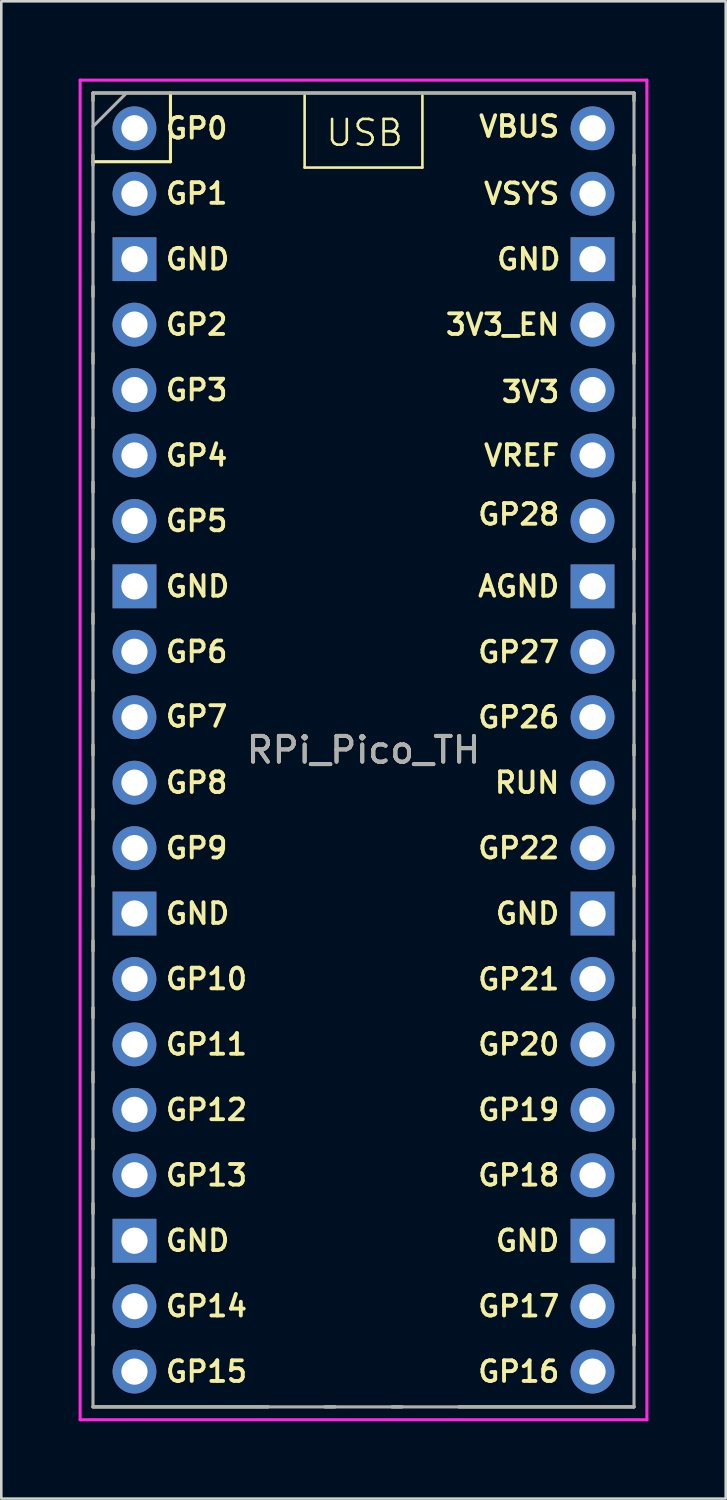
<source format=kicad_pcb>
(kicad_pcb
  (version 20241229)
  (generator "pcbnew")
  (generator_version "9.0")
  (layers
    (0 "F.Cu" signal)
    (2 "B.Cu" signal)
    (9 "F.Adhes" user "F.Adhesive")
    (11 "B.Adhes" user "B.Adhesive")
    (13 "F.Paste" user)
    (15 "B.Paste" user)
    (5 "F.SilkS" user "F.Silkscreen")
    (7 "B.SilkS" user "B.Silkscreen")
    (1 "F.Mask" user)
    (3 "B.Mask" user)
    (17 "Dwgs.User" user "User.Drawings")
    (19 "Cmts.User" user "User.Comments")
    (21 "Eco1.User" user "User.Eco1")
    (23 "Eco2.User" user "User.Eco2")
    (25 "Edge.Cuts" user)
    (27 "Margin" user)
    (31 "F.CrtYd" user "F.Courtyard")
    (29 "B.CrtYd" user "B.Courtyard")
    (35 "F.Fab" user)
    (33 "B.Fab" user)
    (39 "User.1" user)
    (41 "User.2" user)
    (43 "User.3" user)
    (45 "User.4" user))
  (footprint "RPi_Pico_TH"
    (layer "F.Cu")
    (at 11.06 26.06)
    (property "Reference" "RPi_Pico_TH" (at 0 0 0) (layer "F.SilkS") (effects (font (size 1 1) (thickness 0.15))))
    (attr through_hole)
    (fp_line (start -10.5 -25.5) (end -10.5 -25.2) (stroke (width 0.12) (type solid)) (layer "F.SilkS"))
    (fp_line (start -10.5 -25.5) (end 10.5 -25.5) (stroke (width 0.12) (type solid)) (layer "F.SilkS"))
    (fp_line (start -10.5 -23.1) (end -10.5 -22.7) (stroke (width 0.12) (type solid)) (layer "F.SilkS"))
    (fp_line (start -10.5 -22.833) (end -7.493 -22.833) (stroke (width 0.12) (type solid)) (layer "F.SilkS"))
    (fp_line (start -10.5 -20.5) (end -10.5 -20.1) (stroke (width 0.12) (type solid)) (layer "F.SilkS"))
    (fp_line (start -10.5 -18) (end -10.5 -17.6) (stroke (width 0.12) (type solid)) (layer "F.SilkS"))
    (fp_line (start -10.5 -15.4) (end -10.5 -15) (stroke (width 0.12) (type solid)) (layer "F.SilkS"))
    (fp_line (start -10.5 -12.9) (end -10.5 -12.5) (stroke (width 0.12) (type solid)) (layer "F.SilkS"))
    (fp_line (start -10.5 -10.4) (end -10.5 -10) (stroke (width 0.12) (type solid)) (layer "F.SilkS"))
    (fp_line (start -10.5 -7.8) (end -10.5 -7.4) (stroke (width 0.12) (type solid)) (layer "F.SilkS"))
    (fp_line (start -10.5 -5.3) (end -10.5 -4.9) (stroke (width 0.12) (type solid)) (layer "F.SilkS"))
    (fp_line (start -10.5 -2.7) (end -10.5 -2.3) (stroke (width 0.12) (type solid)) (layer "F.SilkS"))
    (fp_line (start -10.5 -0.2) (end -10.5 0.2) (stroke (width 0.12) (type solid)) (layer "F.SilkS"))
    (fp_line (start -10.5 2.3) (end -10.5 2.7) (stroke (width 0.12) (type solid)) (layer "F.SilkS"))
    (fp_line (start -10.5 4.9) (end -10.5 5.3) (stroke (width 0.12) (type solid)) (layer "F.SilkS"))
    (fp_line (start -10.5 7.4) (end -10.5 7.8) (stroke (width 0.12) (type solid)) (layer "F.SilkS"))
    (fp_line (start -10.5 10) (end -10.5 10.4) (stroke (width 0.12) (type solid)) (layer "F.SilkS"))
    (fp_line (start -10.5 12.5) (end -10.5 12.9) (stroke (width 0.12) (type solid)) (layer "F.SilkS"))
    (fp_line (start -10.5 15.1) (end -10.5 15.5) (stroke (width 0.12) (type solid)) (layer "F.SilkS"))
    (fp_line (start -10.5 17.6) (end -10.5 18) (stroke (width 0.12) (type solid)) (layer "F.SilkS"))
    (fp_line (start -10.5 20.1) (end -10.5 20.5) (stroke (width 0.12) (type solid)) (layer "F.SilkS"))
    (fp_line (start -10.5 22.7) (end -10.5 23.1) (stroke (width 0.12) (type solid)) (layer "F.SilkS"))
    (fp_line (start -7.493 -22.833) (end -7.493 -25.5) (stroke (width 0.12) (type solid)) (layer "F.SilkS"))
    (fp_line (start -3.7 25.5) (end -10.5 25.5) (stroke (width 0.12) (type solid)) (layer "F.SilkS"))
    (fp_line (start -2.286 -25.4) (end -2.286 -22.606) (stroke (width 0.1) (type default)) (layer "F.SilkS"))
    (fp_line (start -2.286 -22.606) (end 2.286 -22.606) (stroke (width 0.1) (type default)) (layer "F.SilkS"))
    (fp_line (start -1.5 25.5) (end -1.1 25.5) (stroke (width 0.12) (type solid)) (layer "F.SilkS"))
    (fp_line (start 1.1 25.5) (end 1.5 25.5) (stroke (width 0.12) (type solid)) (layer "F.SilkS"))
    (fp_line (start 2.286 -22.606) (end 2.286 -25.4) (stroke (width 0.1) (type default)) (layer "F.SilkS"))
    (fp_line (start 10.5 -25.5) (end 10.5 -25.2) (stroke (width 0.12) (type solid)) (layer "F.SilkS"))
    (fp_line (start 10.5 -23.1) (end 10.5 -22.7) (stroke (width 0.12) (type solid)) (layer "F.SilkS"))
    (fp_line (start 10.5 -20.5) (end 10.5 -20.1) (stroke (width 0.12) (type solid)) (layer "F.SilkS"))
    (fp_line (start 10.5 -18) (end 10.5 -17.6) (stroke (width 0.12) (type solid)) (layer "F.SilkS"))
    (fp_line (start 10.5 -15.4) (end 10.5 -15) (stroke (width 0.12) (type solid)) (layer "F.SilkS"))
    (fp_line (start 10.5 -12.9) (end 10.5 -12.5) (stroke (width 0.12) (type solid)) (layer "F.SilkS"))
    (fp_line (start 10.5 -10.4) (end 10.5 -10) (stroke (width 0.12) (type solid)) (layer "F.SilkS"))
    (fp_line (start 10.5 -7.8) (end 10.5 -7.4) (stroke (width 0.12) (type solid)) (layer "F.SilkS"))
    (fp_line (start 10.5 -5.3) (end 10.5 -4.9) (stroke (width 0.12) (type solid)) (layer "F.SilkS"))
    (fp_line (start 10.5 -2.7) (end 10.5 -2.3) (stroke (width 0.12) (type solid)) (layer "F.SilkS"))
    (fp_line (start 10.5 -0.2) (end 10.5 0.2) (stroke (width 0.12) (type solid)) (layer "F.SilkS"))
    (fp_line (start 10.5 2.3) (end 10.5 2.7) (stroke (width 0.12) (type solid)) (layer "F.SilkS"))
    (fp_line (start 10.5 4.9) (end 10.5 5.3) (stroke (width 0.12) (type solid)) (layer "F.SilkS"))
    (fp_line (start 10.5 7.4) (end 10.5 7.8) (stroke (width 0.12) (type solid)) (layer "F.SilkS"))
    (fp_line (start 10.5 10) (end 10.5 10.4) (stroke (width 0.12) (type solid)) (layer "F.SilkS"))
    (fp_line (start 10.5 12.5) (end 10.5 12.9) (stroke (width 0.12) (type solid)) (layer "F.SilkS"))
    (fp_line (start 10.5 15.1) (end 10.5 15.5) (stroke (width 0.12) (type solid)) (layer "F.SilkS"))
    (fp_line (start 10.5 17.6) (end 10.5 18) (stroke (width 0.12) (type solid)) (layer "F.SilkS"))
    (fp_line (start 10.5 20.1) (end 10.5 20.5) (stroke (width 0.12) (type solid)) (layer "F.SilkS"))
    (fp_line (start 10.5 22.7) (end 10.5 23.1) (stroke (width 0.12) (type solid)) (layer "F.SilkS"))
    (fp_line (start 10.5 25.5) (end 3.7 25.5) (stroke (width 0.12) (type solid)) (layer "F.SilkS"))
    (fp_line (start -11 -26) (end 11 -26) (stroke (width 0.12) (type solid)) (layer "F.CrtYd"))
    (fp_line (start -11 26) (end -11 -26) (stroke (width 0.12) (type solid)) (layer "F.CrtYd"))
    (fp_line (start 11 -26) (end 11 26) (stroke (width 0.12) (type solid)) (layer "F.CrtYd"))
    (fp_line (start 11 26) (end -11 26) (stroke (width 0.12) (type solid)) (layer "F.CrtYd"))
    (fp_line (start -10.5 -25.5) (end 10.5 -25.5) (stroke (width 0.12) (type solid)) (layer "F.Fab"))
    (fp_line (start -10.5 -24.2) (end -9.2 -25.5) (stroke (width 0.12) (type solid)) (layer "F.Fab"))
    (fp_line (start -10.5 25.5) (end -10.5 -25.5) (stroke (width 0.12) (type solid)) (layer "F.Fab"))
    (fp_line (start 10.5 -25.5) (end 10.5 25.5) (stroke (width 0.12) (type solid)) (layer "F.Fab"))
    (fp_line (start 10.5 25.5) (end -10.5 25.5) (stroke (width 0.12) (type solid)) (layer "F.Fab"))
    (fp_text user "GND" (at -6.439 -19.05 0) (layer "F.SilkS") (effects (font (size 0.8 0.8) (thickness 0.15))))
    (fp_text user "GP11" (at -6.096 11.43 0) (layer "F.SilkS") (effects (font (size 0.8 0.8) (thickness 0.15))))
    (fp_text user "AGND" (at 6.026 -6.35 0) (layer "F.SilkS") (effects (font (size 0.8 0.8) (thickness 0.15))))
    (fp_text user "GP28" (at 6.026 -9.144 0) (layer "F.SilkS") (effects (font (size 0.8 0.8) (thickness 0.15))))
    (fp_text user "GP20" (at 6.026 11.43 0) (layer "F.SilkS") (effects (font (size 0.8 0.8) (thickness 0.15))))
    (fp_text user "3V3" (at 6.483 -13.9 0) (layer "F.SilkS") (effects (font (size 0.8 0.8) (thickness 0.15))))
    (fp_text user "USB" (at -1.524 -23.368 0) (unlocked yes) (layer "F.SilkS") (effects (font (size 1 1) (thickness 0.1)) (justify left bottom)))
    (fp_text user "GP9" (at -6.477 3.81 0) (layer "F.SilkS") (effects (font (size 0.8 0.8) (thickness 0.15))))
    (fp_text user "3V3_EN" (at 5.398 -16.51 0) (layer "F.SilkS") (effects (font (size 0.8 0.8) (thickness 0.15))))
    (fp_text user "GP18" (at 6.026 16.51 0) (layer "F.SilkS") (effects (font (size 0.8 0.8) (thickness 0.15))))
    (fp_text user "GND" (at -6.439 19.05 0) (layer "F.SilkS") (effects (font (size 0.8 0.8) (thickness 0.15))))
    (fp_text user "GP10" (at -6.096 8.89 0) (layer "F.SilkS") (effects (font (size 0.8 0.8) (thickness 0.15))))
    (fp_text user "VSYS" (at 6.14 -21.59 0) (layer "F.SilkS") (effects (font (size 0.8 0.8) (thickness 0.15))))
    (fp_text user "GP13" (at -6.096 16.51 0) (layer "F.SilkS") (effects (font (size 0.8 0.8) (thickness 0.15))))
    (fp_text user "VREF" (at 6.14 -11.43 0) (layer "F.SilkS") (effects (font (size 0.8 0.8) (thickness 0.15))))
    (fp_text user "GP22" (at 6.026 3.81 0) (layer "F.SilkS") (effects (font (size 0.8 0.8) (thickness 0.15))))
    (fp_text user "GP5" (at -6.477 -8.89 0) (layer "F.SilkS") (effects (font (size 0.8 0.8) (thickness 0.15))))
    (fp_text user "GP15" (at -6.096 24.13 0) (layer "F.SilkS") (effects (font (size 0.8 0.8) (thickness 0.15))))
    (fp_text user "GP16" (at 6.026 24.13 0) (layer "F.SilkS") (effects (font (size 0.8 0.8) (thickness 0.15))))
    (fp_text user "GP26" (at 6.026 -1.27 0) (layer "F.SilkS") (effects (font (size 0.8 0.8) (thickness 0.15))))
    (fp_text user "VBUS" (at 6.045 -24.2 0) (layer "F.SilkS") (effects (font (size 0.8 0.8) (thickness 0.15))))
    (fp_text user "GP1" (at -6.477 -21.6 0) (layer "F.SilkS") (effects (font (size 0.8 0.8) (thickness 0.15))))
    (fp_text user "GP0" (at -6.477 -24.13 0) (layer "F.SilkS") (effects (font (size 0.8 0.8) (thickness 0.15))))
    (fp_text user "GP27" (at 6.026 -3.8 0) (layer "F.SilkS") (effects (font (size 0.8 0.8) (thickness 0.15))))
    (fp_text user "GP14" (at -6.096 21.59 0) (layer "F.SilkS") (effects (font (size 0.8 0.8) (thickness 0.15))))
    (fp_text user "GP17" (at 6.026 21.59 0) (layer "F.SilkS") (effects (font (size 0.8 0.8) (thickness 0.15))))
    (fp_text user "GP8" (at -6.477 1.27 0) (layer "F.SilkS") (effects (font (size 0.8 0.8) (thickness 0.15))))
    (fp_text user "GP3" (at -6.477 -13.97 0) (layer "F.SilkS") (effects (font (size 0.8 0.8) (thickness 0.15))))
    (fp_text user "GP7" (at -6.477 -1.3 0) (layer "F.SilkS") (effects (font (size 0.8 0.8) (thickness 0.15))))
    (fp_text user "GND" (at 7.733 -19.05 0) (layer "F.SilkS") (effects (font (size 0.8 0.8) (thickness 0.15)) (justify right)))
    (fp_text user "GND" (at 6.369 6.35 0) (layer "F.SilkS") (effects (font (size 0.8 0.8) (thickness 0.15))))
    (fp_text user "GND" (at -6.439 6.35 0) (layer "F.SilkS") (effects (font (size 0.8 0.8) (thickness 0.15))))
    (fp_text user "RUN" (at 6.35 1.27 0) (layer "F.SilkS") (effects (font (size 0.8 0.8) (thickness 0.15))))
    (fp_text user "GP2" (at -6.477 -16.51 0) (layer "F.SilkS") (effects (font (size 0.8 0.8) (thickness 0.15))))
    (fp_text user "GND" (at 6.369 19.05 0) (layer "F.SilkS") (effects (font (size 0.8 0.8) (thickness 0.15))))
    (fp_text user "GP4" (at -6.477 -11.43 0) (layer "F.SilkS") (effects (font (size 0.8 0.8) (thickness 0.15))))
    (fp_text user "GP21" (at 6.026 8.9 0) (layer "F.SilkS") (effects (font (size 0.8 0.8) (thickness 0.15))))
    (fp_text user "GP19" (at 6.026 13.97 0) (layer "F.SilkS") (effects (font (size 0.8 0.8) (thickness 0.15))))
    (fp_text user "GP6" (at -6.477 -3.81 0) (layer "F.SilkS") (effects (font (size 0.8 0.8) (thickness 0.15))))
    (fp_text user "GP12" (at -6.096 13.97 0) (layer "F.SilkS") (effects (font (size 0.8 0.8) (thickness 0.15))))
    (fp_text user "GND" (at -6.439 -6.35 0) (layer "F.SilkS") (effects (font (size 0.8 0.8) (thickness 0.15))))
    (fp_text user "${REFERENCE}" (at 0 0 180) (layer "F.Fab") (effects (font (size 1 1) (thickness 0.15))))
    (pad "1" thru_hole oval (at -8.89 -24.13) (size 1.7 1.7) (drill 1.02) (layers "*.Cu" "*.Mask"))
    (pad "2" thru_hole oval (at -8.89 -21.59) (size 1.7 1.7) (drill 1.02) (layers "*.Cu" "*.Mask"))
    (pad "3" thru_hole rect (at -8.89 -19.05) (size 1.7 1.7) (drill 1.02) (layers "*.Cu" "*.Mask"))
    (pad "4" thru_hole oval (at -8.89 -16.51) (size 1.7 1.7) (drill 1.02) (layers "*.Cu" "*.Mask"))
    (pad "5" thru_hole oval (at -8.89 -13.97) (size 1.7 1.7) (drill 1.02) (layers "*.Cu" "*.Mask"))
    (pad "6" thru_hole oval (at -8.89 -11.43) (size 1.7 1.7) (drill 1.02) (layers "*.Cu" "*.Mask"))
    (pad "7" thru_hole oval (at -8.89 -8.89) (size 1.7 1.7) (drill 1.02) (layers "*.Cu" "*.Mask"))
    (pad "8" thru_hole rect (at -8.89 -6.35) (size 1.7 1.7) (drill 1.02) (layers "*.Cu" "*.Mask"))
    (pad "9" thru_hole oval (at -8.89 -3.81) (size 1.7 1.7) (drill 1.02) (layers "*.Cu" "*.Mask"))
    (pad "10" thru_hole oval (at -8.89 -1.27) (size 1.7 1.7) (drill 1.02) (layers "*.Cu" "*.Mask"))
    (pad "11" thru_hole oval (at -8.89 1.27) (size 1.7 1.7) (drill 1.02) (layers "*.Cu" "*.Mask"))
    (pad "12" thru_hole oval (at -8.89 3.81) (size 1.7 1.7) (drill 1.02) (layers "*.Cu" "*.Mask"))
    (pad "13" thru_hole rect (at -8.89 6.35) (size 1.7 1.7) (drill 1.02) (layers "*.Cu" "*.Mask"))
    (pad "14" thru_hole oval (at -8.89 8.89) (size 1.7 1.7) (drill 1.02) (layers "*.Cu" "*.Mask"))
    (pad "15" thru_hole oval (at -8.89 11.43) (size 1.7 1.7) (drill 1.02) (layers "*.Cu" "*.Mask"))
    (pad "16" thru_hole oval (at -8.89 13.97) (size 1.7 1.7) (drill 1.02) (layers "*.Cu" "*.Mask"))
    (pad "17" thru_hole oval (at -8.89 16.51) (size 1.7 1.7) (drill 1.02) (layers "*.Cu" "*.Mask"))
    (pad "18" thru_hole rect (at -8.89 19.05) (size 1.7 1.7) (drill 1.02) (layers "*.Cu" "*.Mask"))
    (pad "19" thru_hole oval (at -8.89 21.59) (size 1.7 1.7) (drill 1.02) (layers "*.Cu" "*.Mask"))
    (pad "20" thru_hole oval (at -8.89 24.13) (size 1.7 1.7) (drill 1.02) (layers "*.Cu" "*.Mask"))
    (pad "21" thru_hole oval (at 8.89 24.13) (size 1.7 1.7) (drill 1.02) (layers "*.Cu" "*.Mask"))
    (pad "22" thru_hole oval (at 8.89 21.59) (size 1.7 1.7) (drill 1.02) (layers "*.Cu" "*.Mask"))
    (pad "23" thru_hole rect (at 8.89 19.05) (size 1.7 1.7) (drill 1.02) (layers "*.Cu" "*.Mask"))
    (pad "24" thru_hole oval (at 8.89 16.51) (size 1.7 1.7) (drill 1.02) (layers "*.Cu" "*.Mask"))
    (pad "25" thru_hole oval (at 8.89 13.97) (size 1.7 1.7) (drill 1.02) (layers "*.Cu" "*.Mask"))
    (pad "26" thru_hole oval (at 8.89 11.43) (size 1.7 1.7) (drill 1.02) (layers "*.Cu" "*.Mask"))
    (pad "27" thru_hole oval (at 8.89 8.89) (size 1.7 1.7) (drill 1.02) (layers "*.Cu" "*.Mask"))
    (pad "28" thru_hole rect (at 8.89 6.35) (size 1.7 1.7) (drill 1.02) (layers "*.Cu" "*.Mask"))
    (pad "29" thru_hole oval (at 8.89 3.81) (size 1.7 1.7) (drill 1.02) (layers "*.Cu" "*.Mask"))
    (pad "30" thru_hole oval (at 8.89 1.27) (size 1.7 1.7) (drill 1.02) (layers "*.Cu" "*.Mask"))
    (pad "31" thru_hole oval (at 8.89 -1.27) (size 1.7 1.7) (drill 1.02) (layers "*.Cu" "*.Mask"))
    (pad "32" thru_hole oval (at 8.89 -3.81) (size 1.7 1.7) (drill 1.02) (layers "*.Cu" "*.Mask"))
    (pad "33" thru_hole rect (at 8.89 -6.35) (size 1.7 1.7) (drill 1.02) (layers "*.Cu" "*.Mask"))
    (pad "34" thru_hole oval (at 8.89 -8.89) (size 1.7 1.7) (drill 1.02) (layers "*.Cu" "*.Mask"))
    (pad "35" thru_hole oval (at 8.89 -11.43) (size 1.7 1.7) (drill 1.02) (layers "*.Cu" "*.Mask"))
    (pad "36" thru_hole oval (at 8.89 -13.97) (size 1.7 1.7) (drill 1.02) (layers "*.Cu" "*.Mask"))
    (pad "37" thru_hole oval (at 8.89 -16.51) (size 1.7 1.7) (drill 1.02) (layers "*.Cu" "*.Mask"))
    (pad "38" thru_hole rect (at 8.89 -19.05) (size 1.7 1.7) (drill 1.02) (layers "*.Cu" "*.Mask"))
    (pad "39" thru_hole oval (at 8.89 -21.59) (size 1.7 1.7) (drill 1.02) (layers "*.Cu" "*.Mask"))
    (pad "40" thru_hole oval (at 8.89 -24.13) (size 1.7 1.7) (drill 1.02) (layers "*.Cu" "*.Mask")))
  (gr_rect
    (start -3 -3)
    (end 25.12 55.12)
    (stroke (width 0.1) (type default))
    (fill no)
    (layer "Edge.Cuts")))
</source>
